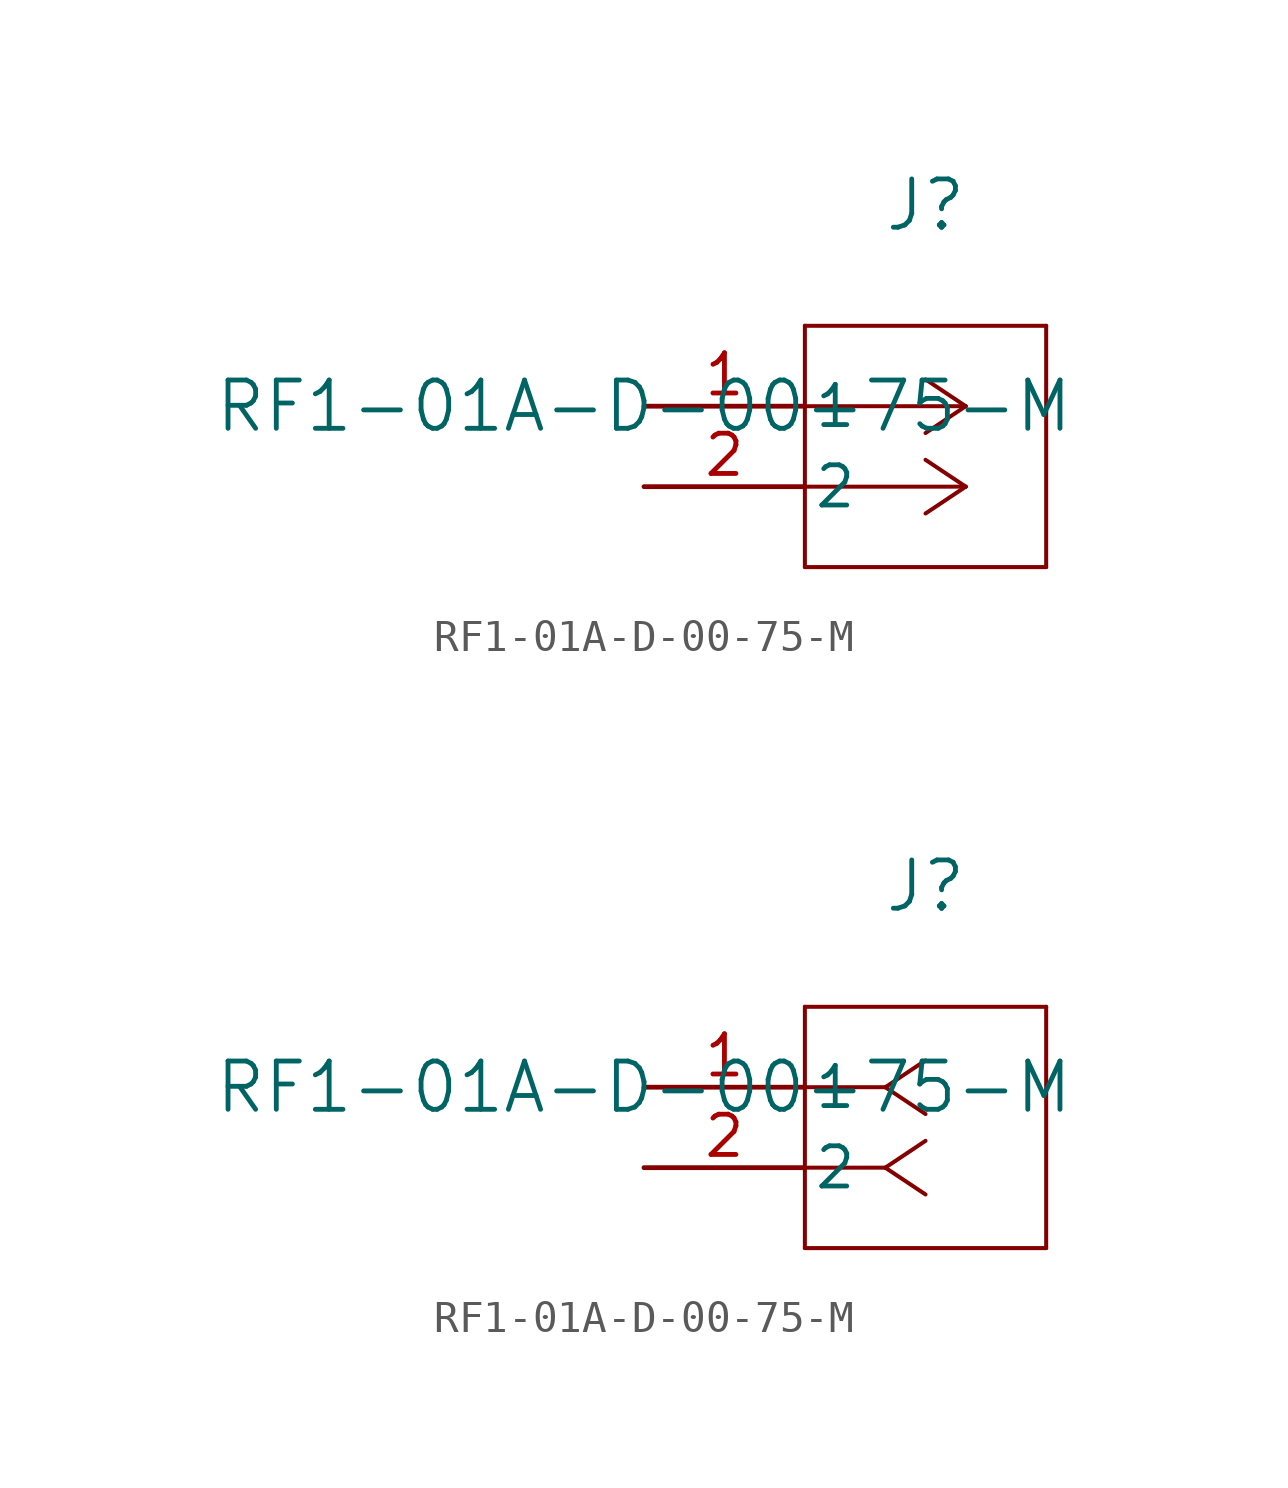
<source format=kicad_sym>
(kicad_symbol_lib
  (version 20211014)
  (generator kicad_symbol_editor)
  (symbol "RF1-01A-D-00-75-M"
    (pin_names
      (offset 0.254))
    (property "Reference" "J"
      (at 8.89 6.35 0)
      (effects (font (size 1.524 1.524))))
    (property "Value" "RF1-01A-D-00-75-M"
      (at 0 0 0)
      (effects (font (size 1.524 1.524))))
    (symbol "RF1-01A-D-00-75-M_1_1"
      (polyline (pts (xy 10.16 0) (xy 5.08 0)) (stroke (width 0.127) (type default) (color 0 0 0 0)) (fill (type none)))
      (polyline (pts (xy 10.16 -2.54) (xy 5.08 -2.54)) (stroke (width 0.127) (type default) (color 0 0 0 0)) (fill (type none)))
      (polyline (pts (xy 10.16 0) (xy 8.89 0.847)) (stroke (width 0.127) (type default) (color 0 0 0 0)) (fill (type none)))
      (polyline (pts (xy 10.16 -2.54) (xy 8.89 -1.693)) (stroke (width 0.127) (type default) (color 0 0 0 0)) (fill (type none)))
      (polyline (pts (xy 10.16 0) (xy 8.89 -0.847)) (stroke (width 0.127) (type default) (color 0 0 0 0)) (fill (type none)))
      (polyline (pts (xy 10.16 -2.54) (xy 8.89 -3.387)) (stroke (width 0.127) (type default) (color 0 0 0 0)) (fill (type none)))
      (polyline (pts (xy 5.08 2.54) (xy 5.08 -5.08)) (stroke (width 0.127) (type default) (color 0 0 0 0)) (fill (type none)))
      (polyline (pts (xy 5.08 -5.08) (xy 12.7 -5.08)) (stroke (width 0.127) (type default) (color 0 0 0 0)) (fill (type none)))
      (polyline (pts (xy 12.7 -5.08) (xy 12.7 2.54)) (stroke (width 0.127) (type default) (color 0 0 0 0)) (fill (type none)))
      (polyline (pts (xy 12.7 2.54) (xy 5.08 2.54)) (stroke (width 0.127) (type default) (color 0 0 0 0)) (fill (type none)))
      (pin unspecified line (at 0 0 0) (length 5.08) (name "1" (effects (font (size 1.27 1.27)))) (number "1" (effects (font (size 1.27 1.27)))))
      (pin unspecified line (at 0 -2.54 0) (length 5.08) (name "2" (effects (font (size 1.27 1.27)))) (number "2" (effects (font (size 1.27 1.27))))))
    (symbol "RF1-01A-D-00-75-M_1_2"
      (polyline (pts (xy 7.62 0) (xy 5.08 0)) (stroke (width 0.127) (type default) (color 0 0 0 0)) (fill (type none)))
      (polyline (pts (xy 7.62 -2.54) (xy 5.08 -2.54)) (stroke (width 0.127) (type default) (color 0 0 0 0)) (fill (type none)))
      (polyline (pts (xy 7.62 0) (xy 8.89 0.847)) (stroke (width 0.127) (type default) (color 0 0 0 0)) (fill (type none)))
      (polyline (pts (xy 7.62 -2.54) (xy 8.89 -1.693)) (stroke (width 0.127) (type default) (color 0 0 0 0)) (fill (type none)))
      (polyline (pts (xy 7.62 0) (xy 8.89 -0.847)) (stroke (width 0.127) (type default) (color 0 0 0 0)) (fill (type none)))
      (polyline (pts (xy 7.62 -2.54) (xy 8.89 -3.387)) (stroke (width 0.127) (type default) (color 0 0 0 0)) (fill (type none)))
      (polyline (pts (xy 5.08 2.54) (xy 5.08 -5.08)) (stroke (width 0.127) (type default) (color 0 0 0 0)) (fill (type none)))
      (polyline (pts (xy 5.08 -5.08) (xy 12.7 -5.08)) (stroke (width 0.127) (type default) (color 0 0 0 0)) (fill (type none)))
      (polyline (pts (xy 12.7 -5.08) (xy 12.7 2.54)) (stroke (width 0.127) (type default) (color 0 0 0 0)) (fill (type none)))
      (polyline (pts (xy 12.7 2.54) (xy 5.08 2.54)) (stroke (width 0.127) (type default) (color 0 0 0 0)) (fill (type none)))
      (pin unspecified line (at 0 0 0) (length 5.08) (name "1" (effects (font (size 1.27 1.27)))) (number "1" (effects (font (size 1.27 1.27)))))
      (pin unspecified line (at 0 -2.54 0) (length 5.08) (name "2" (effects (font (size 1.27 1.27)))) (number "2" (effects (font (size 1.27 1.27))))))))
</source>
